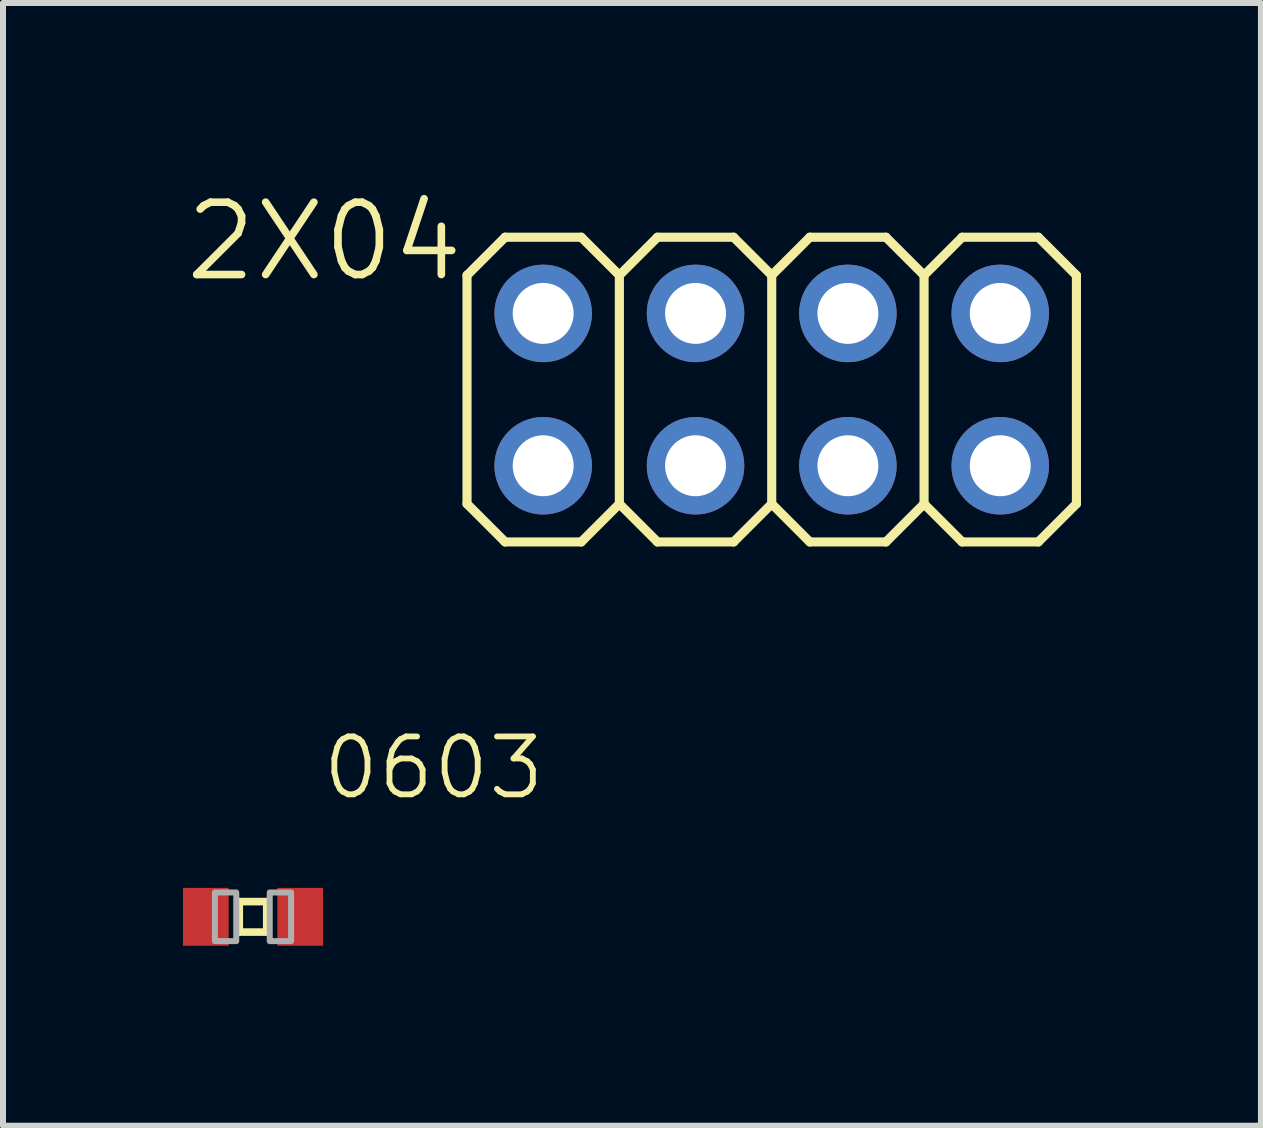
<source format=kicad_pcb>
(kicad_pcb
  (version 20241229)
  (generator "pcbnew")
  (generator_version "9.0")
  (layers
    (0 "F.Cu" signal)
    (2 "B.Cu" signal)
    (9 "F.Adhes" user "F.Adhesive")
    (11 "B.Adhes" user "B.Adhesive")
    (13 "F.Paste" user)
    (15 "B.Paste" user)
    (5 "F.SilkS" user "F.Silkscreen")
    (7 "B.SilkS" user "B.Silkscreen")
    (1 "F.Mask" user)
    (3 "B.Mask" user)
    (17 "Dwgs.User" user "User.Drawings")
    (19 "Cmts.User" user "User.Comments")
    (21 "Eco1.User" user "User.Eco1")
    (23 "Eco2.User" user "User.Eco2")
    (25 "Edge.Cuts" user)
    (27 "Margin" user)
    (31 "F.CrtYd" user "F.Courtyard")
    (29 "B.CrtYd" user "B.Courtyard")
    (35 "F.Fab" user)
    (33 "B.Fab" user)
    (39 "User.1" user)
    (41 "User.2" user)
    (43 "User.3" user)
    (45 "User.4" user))
  (footprint "0603"
    (layer "F.Cu")
    (at 1.168 12.235)
    (property "Reference" "0603" (at 1.109 -1.919 180) (layer "F.SilkS") (effects (font (size 0.965 0.965) (thickness 0.097)) (justify left bottom)))
    (attr through_hole)
    (fp_line (start -0.229 -0.254) (end -0.229 0.254) (stroke (width 0.127) (type solid)) (layer "F.SilkS"))
    (fp_line (start -0.229 -0.254) (end 0.229 -0.254) (stroke (width 0.127) (type solid)) (layer "F.SilkS"))
    (fp_line (start 0.229 -0.254) (end 0.229 0.254) (stroke (width 0.127) (type solid)) (layer "F.SilkS"))
    (fp_line (start 0.229 0.254) (end -0.229 0.254) (stroke (width 0.127) (type solid)) (layer "F.SilkS"))
    (fp_poly (pts (xy -0.635 0.406) (xy -0.279 0.406) (xy -0.279 -0.406) (xy -0.635 -0.406)) (stroke (width 0.1) (type solid)) (fill no) (layer "F.Fab"))
    (fp_poly (pts (xy 0.279 0.406) (xy 0.635 0.406) (xy 0.635 -0.406) (xy 0.279 -0.406)) (stroke (width 0.1) (type solid)) (fill no) (layer "F.Fab"))
    (pad "1" smd rect (at -0.787 0) (size 0.762 0.965) (layers "F.Cu" "F.Mask" "F.Paste"))
    (pad "2" smd rect (at 0.787 0) (size 0.762 0.965) (layers "F.Cu" "F.Mask" "F.Paste")))
  (footprint "2X04"
    (layer "F.Cu")
    (at 9.816 3.445)
    (property "Reference" "2X04" (at -5.08 -3.175 0) (layer "F.SilkS") (effects (font (size 1.206 1.206) (thickness 0.127)) (justify right top)))
    (attr through_hole)
    (fp_line (start -5.08 -1.905) (end -4.445 -2.54) (stroke (width 0.152) (type solid)) (layer "F.SilkS"))
    (fp_line (start -5.08 1.905) (end -5.08 -1.905) (stroke (width 0.152) (type solid)) (layer "F.SilkS"))
    (fp_line (start -5.08 1.905) (end -4.445 2.54) (stroke (width 0.152) (type solid)) (layer "F.SilkS"))
    (fp_line (start -4.445 -2.54) (end -3.175 -2.54) (stroke (width 0.152) (type solid)) (layer "F.SilkS"))
    (fp_line (start -4.445 2.54) (end -3.175 2.54) (stroke (width 0.152) (type solid)) (layer "F.SilkS"))
    (fp_line (start -3.175 -2.54) (end -2.54 -1.905) (stroke (width 0.152) (type solid)) (layer "F.SilkS"))
    (fp_line (start -3.175 2.54) (end -2.54 1.905) (stroke (width 0.152) (type solid)) (layer "F.SilkS"))
    (fp_line (start -2.54 -1.905) (end -2.54 1.905) (stroke (width 0.152) (type solid)) (layer "F.SilkS"))
    (fp_line (start -2.54 -1.905) (end -1.905 -2.54) (stroke (width 0.152) (type solid)) (layer "F.SilkS"))
    (fp_line (start -2.54 1.905) (end -1.905 2.54) (stroke (width 0.152) (type solid)) (layer "F.SilkS"))
    (fp_line (start -1.905 -2.54) (end -0.635 -2.54) (stroke (width 0.152) (type solid)) (layer "F.SilkS"))
    (fp_line (start -1.905 2.54) (end -0.635 2.54) (stroke (width 0.152) (type solid)) (layer "F.SilkS"))
    (fp_line (start -0.635 -2.54) (end 0 -1.905) (stroke (width 0.152) (type solid)) (layer "F.SilkS"))
    (fp_line (start -0.635 2.54) (end 0 1.905) (stroke (width 0.152) (type solid)) (layer "F.SilkS"))
    (fp_line (start 0 -1.905) (end 0 1.905) (stroke (width 0.152) (type solid)) (layer "F.SilkS"))
    (fp_line (start 0 -1.905) (end 0.635 -2.54) (stroke (width 0.152) (type solid)) (layer "F.SilkS"))
    (fp_line (start 0 1.905) (end 0.635 2.54) (stroke (width 0.152) (type solid)) (layer "F.SilkS"))
    (fp_line (start 0.635 -2.54) (end 1.905 -2.54) (stroke (width 0.152) (type solid)) (layer "F.SilkS"))
    (fp_line (start 0.635 2.54) (end 1.905 2.54) (stroke (width 0.152) (type solid)) (layer "F.SilkS"))
    (fp_line (start 1.905 -2.54) (end 2.54 -1.905) (stroke (width 0.152) (type solid)) (layer "F.SilkS"))
    (fp_line (start 1.905 2.54) (end 2.54 1.905) (stroke (width 0.152) (type solid)) (layer "F.SilkS"))
    (fp_line (start 2.54 -1.905) (end 2.54 1.905) (stroke (width 0.152) (type solid)) (layer "F.SilkS"))
    (fp_line (start 2.54 -1.905) (end 3.175 -2.54) (stroke (width 0.152) (type solid)) (layer "F.SilkS"))
    (fp_line (start 2.54 1.905) (end 3.175 2.54) (stroke (width 0.152) (type solid)) (layer "F.SilkS"))
    (fp_line (start 3.175 -2.54) (end 4.445 -2.54) (stroke (width 0.152) (type solid)) (layer "F.SilkS"))
    (fp_line (start 3.175 2.54) (end 4.445 2.54) (stroke (width 0.152) (type solid)) (layer "F.SilkS"))
    (fp_line (start 4.445 -2.54) (end 5.08 -1.905) (stroke (width 0.152) (type solid)) (layer "F.SilkS"))
    (fp_line (start 4.445 2.54) (end 5.08 1.905) (stroke (width 0.152) (type solid)) (layer "F.SilkS"))
    (fp_line (start 5.08 -1.905) (end 5.08 1.905) (stroke (width 0.152) (type solid)) (layer "F.SilkS"))
    (fp_poly (pts (xy -4.064 -1.016) (xy -3.556 -1.016) (xy -3.556 -1.524) (xy -4.064 -1.524)) (stroke (width 0.1) (type solid)) (fill no) (layer "F.Fab"))
    (fp_poly (pts (xy -4.064 1.524) (xy -3.556 1.524) (xy -3.556 1.016) (xy -4.064 1.016)) (stroke (width 0.1) (type solid)) (fill no) (layer "F.Fab"))
    (fp_poly (pts (xy -1.524 -1.016) (xy -1.016 -1.016) (xy -1.016 -1.524) (xy -1.524 -1.524)) (stroke (width 0.1) (type solid)) (fill no) (layer "F.Fab"))
    (fp_poly (pts (xy -1.524 1.524) (xy -1.016 1.524) (xy -1.016 1.016) (xy -1.524 1.016)) (stroke (width 0.1) (type solid)) (fill no) (layer "F.Fab"))
    (fp_poly (pts (xy 1.016 -1.016) (xy 1.524 -1.016) (xy 1.524 -1.524) (xy 1.016 -1.524)) (stroke (width 0.1) (type solid)) (fill no) (layer "F.Fab"))
    (fp_poly (pts (xy 1.016 1.524) (xy 1.524 1.524) (xy 1.524 1.016) (xy 1.016 1.016)) (stroke (width 0.1) (type solid)) (fill no) (layer "F.Fab"))
    (fp_poly (pts (xy 3.556 -1.016) (xy 4.064 -1.016) (xy 4.064 -1.524) (xy 3.556 -1.524)) (stroke (width 0.1) (type solid)) (fill no) (layer "F.Fab"))
    (fp_poly (pts (xy 3.556 1.524) (xy 4.064 1.524) (xy 4.064 1.016) (xy 3.556 1.016)) (stroke (width 0.1) (type solid)) (fill no) (layer "F.Fab"))
    (pad "1" thru_hole circle (at -3.81 1.27) (size 1.626 1.626) (drill 1.016) (layers "*.Cu" "*.Mask"))
    (pad "2" thru_hole circle (at -3.81 -1.27) (size 1.626 1.626) (drill 1.016) (layers "*.Cu" "*.Mask"))
    (pad "3" thru_hole circle (at -1.27 1.27) (size 1.626 1.626) (drill 1.016) (layers "*.Cu" "*.Mask"))
    (pad "4" thru_hole circle (at -1.27 -1.27) (size 1.626 1.626) (drill 1.016) (layers "*.Cu" "*.Mask"))
    (pad "5" thru_hole circle (at 1.27 1.27) (size 1.626 1.626) (drill 1.016) (layers "*.Cu" "*.Mask"))
    (pad "6" thru_hole circle (at 1.27 -1.27) (size 1.626 1.626) (drill 1.016) (layers "*.Cu" "*.Mask"))
    (pad "7" thru_hole circle (at 3.81 1.27) (size 1.626 1.626) (drill 1.016) (layers "*.Cu" "*.Mask"))
    (pad "8" thru_hole circle (at 3.81 -1.27) (size 1.626 1.626) (drill 1.016) (layers "*.Cu" "*.Mask")))
  (gr_rect
    (start -3 -3)
    (end 17.972 15.718)
    (stroke (width 0.1) (type default))
    (fill no)
    (layer "Edge.Cuts")))
</source>
